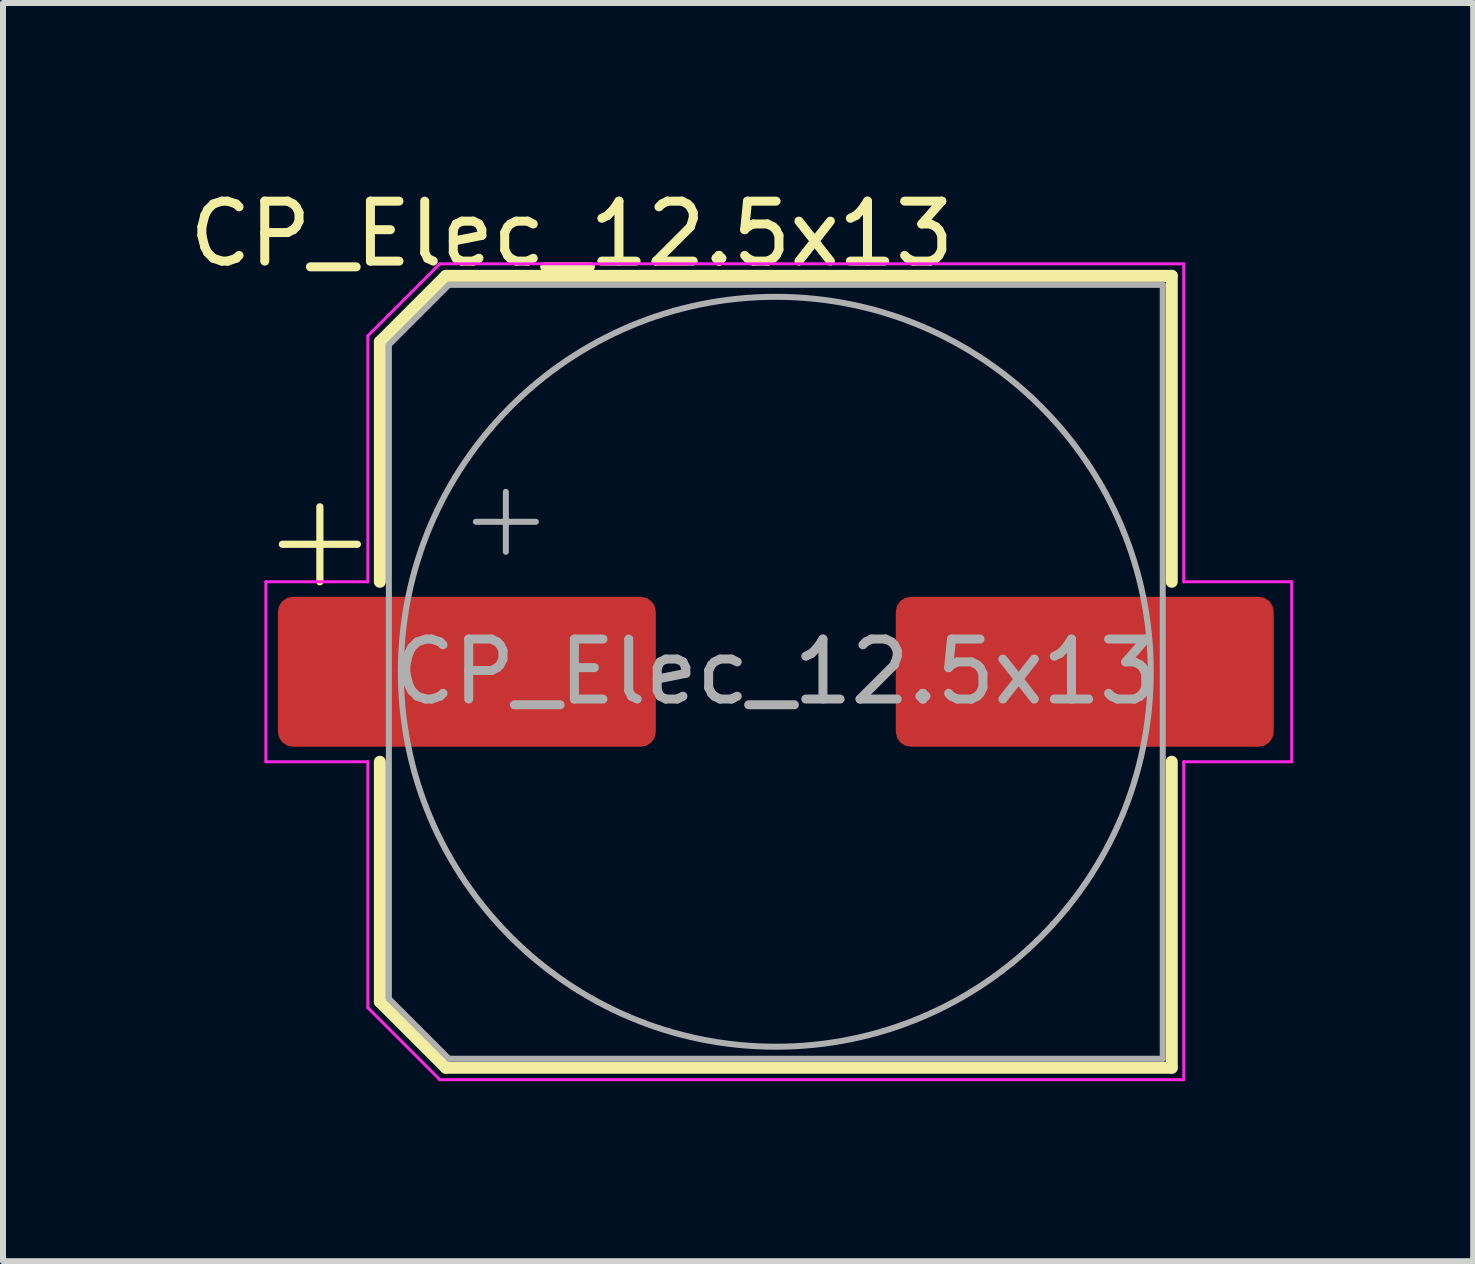
<source format=kicad_pcb>
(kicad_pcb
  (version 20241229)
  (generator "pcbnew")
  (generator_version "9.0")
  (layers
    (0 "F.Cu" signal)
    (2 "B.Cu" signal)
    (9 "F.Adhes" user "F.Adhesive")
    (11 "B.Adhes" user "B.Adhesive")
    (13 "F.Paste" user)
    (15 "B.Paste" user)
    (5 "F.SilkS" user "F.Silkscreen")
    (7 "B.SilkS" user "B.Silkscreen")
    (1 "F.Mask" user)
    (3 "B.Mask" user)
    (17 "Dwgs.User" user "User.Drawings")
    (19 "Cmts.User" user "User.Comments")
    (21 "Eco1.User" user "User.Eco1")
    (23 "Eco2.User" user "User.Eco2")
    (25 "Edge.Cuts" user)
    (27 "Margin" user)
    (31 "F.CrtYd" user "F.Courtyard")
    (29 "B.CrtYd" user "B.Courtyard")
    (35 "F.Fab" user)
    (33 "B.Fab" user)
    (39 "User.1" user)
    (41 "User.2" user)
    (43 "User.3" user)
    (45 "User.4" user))
  (footprint "CP_Elec_12.5x13"
    (layer "F.Cu")
    (at 9.882 8.148)
    (property "Reference" "CP_Elec_12.5x13" (at -3.4 -7.3 0) (unlocked yes) (layer "F.SilkS") (effects (font (size 1 1) (thickness 0.15))))
    (attr smd)
    (fp_line (start -8.225 -2.125) (end -6.975 -2.125) (stroke (width 0.12) (type solid)) (layer "F.SilkS"))
    (fp_line (start -7.6 -2.75) (end -7.6 -1.5) (stroke (width 0.12) (type solid)) (layer "F.SilkS"))
    (fp_line (start -6.6 -5.5) (end -5.5 -6.6) (stroke (width 0.2) (type solid)) (layer "F.SilkS"))
    (fp_line (start -6.6 -1.5) (end -6.6 -5.5) (stroke (width 0.2) (type solid)) (layer "F.SilkS"))
    (fp_line (start -6.6 5.5) (end -6.6 1.5) (stroke (width 0.2) (type solid)) (layer "F.SilkS"))
    (fp_line (start -5.5 -6.6) (end 6.6 -6.6) (stroke (width 0.2) (type solid)) (layer "F.SilkS"))
    (fp_line (start -5.5 6.6) (end -6.6 5.5) (stroke (width 0.2) (type solid)) (layer "F.SilkS"))
    (fp_line (start 6.6 -6.6) (end 6.6 -1.5) (stroke (width 0.2) (type solid)) (layer "F.SilkS"))
    (fp_line (start 6.6 1.5) (end 6.6 6.6) (stroke (width 0.2) (type solid)) (layer "F.SilkS"))
    (fp_line (start 6.6 6.6) (end -5.5 6.6) (stroke (width 0.2) (type solid)) (layer "F.SilkS"))
    (fp_line (start -8.5 -1.5) (end -6.8 -1.5) (stroke (width 0.05) (type default)) (layer "F.CrtYd"))
    (fp_line (start -8.5 1.5) (end -8.5 -1.5) (stroke (width 0.05) (type default)) (layer "F.CrtYd"))
    (fp_line (start -6.8 -5.6) (end -5.6 -6.8) (stroke (width 0.05) (type default)) (layer "F.CrtYd"))
    (fp_line (start -6.8 -1.5) (end -6.8 -5.6) (stroke (width 0.05) (type default)) (layer "F.CrtYd"))
    (fp_line (start -6.8 1.5) (end -8.5 1.5) (stroke (width 0.05) (type default)) (layer "F.CrtYd"))
    (fp_line (start -6.8 5.6) (end -6.8 1.5) (stroke (width 0.05) (type default)) (layer "F.CrtYd"))
    (fp_line (start -5.6 -6.8) (end 6.8 -6.8) (stroke (width 0.05) (type default)) (layer "F.CrtYd"))
    (fp_line (start -5.6 6.8) (end -6.8 5.6) (stroke (width 0.05) (type default)) (layer "F.CrtYd"))
    (fp_line (start 6.8 -6.8) (end 6.8 -1.5) (stroke (width 0.05) (type default)) (layer "F.CrtYd"))
    (fp_line (start 6.8 -1.5) (end 8.6 -1.5) (stroke (width 0.05) (type default)) (layer "F.CrtYd"))
    (fp_line (start 6.8 6.8) (end -5.6 6.8) (stroke (width 0.05) (type default)) (layer "F.CrtYd"))
    (fp_line (start 6.8 6.8) (end 6.8 1.5) (stroke (width 0.05) (type default)) (layer "F.CrtYd"))
    (fp_line (start 8.6 -1.5) (end 8.6 1.5) (stroke (width 0.05) (type default)) (layer "F.CrtYd"))
    (fp_line (start 8.6 1.5) (end 6.8 1.5) (stroke (width 0.05) (type default)) (layer "F.CrtYd"))
    (fp_line (start -6.45 -5.45) (end -6.45 5.45) (stroke (width 0.1) (type solid)) (layer "F.Fab"))
    (fp_line (start -6.45 -5.45) (end -5.45 -6.45) (stroke (width 0.1) (type default)) (layer "F.Fab"))
    (fp_line (start -5.45 6.45) (end -6.45 5.45) (stroke (width 0.1) (type default)) (layer "F.Fab"))
    (fp_line (start -5.45 6.45) (end 6.45 6.45) (stroke (width 0.1) (type solid)) (layer "F.Fab"))
    (fp_line (start -5 -2.5) (end -4 -2.5) (stroke (width 0.1) (type default)) (layer "F.Fab"))
    (fp_line (start -4.5 -3) (end -4.5 -2) (stroke (width 0.1) (type default)) (layer "F.Fab"))
    (fp_line (start 6.45 -6.45) (end -5.45 -6.45) (stroke (width 0.1) (type solid)) (layer "F.Fab"))
    (fp_line (start 6.45 -6.45) (end 6.45 6.45) (stroke (width 0.1) (type solid)) (layer "F.Fab"))
    (fp_circle (center 0 0) (end 6.25 0) (stroke (width 0.1) (type solid)) (fill no) (layer "F.Fab"))
    (fp_text user "${REFERENCE}" (at 0 0 0) (unlocked yes) (layer "F.Fab") (effects (font (size 1 1) (thickness 0.15))))
    (pad "1" smd roundrect (at -5.15 0) (size 6.3 2.5) (layers "F.Cu" "F.Mask" "F.Paste") (roundrect_rratio 0.1))
    (pad "2" smd roundrect (at 5.15 0) (size 6.3 2.5) (layers "F.Cu" "F.Mask" "F.Paste") (roundrect_rratio 0.1)))
  (gr_rect
    (start -3 -3)
    (end 21.507 17.973)
    (stroke (width 0.1) (type default))
    (fill no)
    (layer "Edge.Cuts")))
</source>
